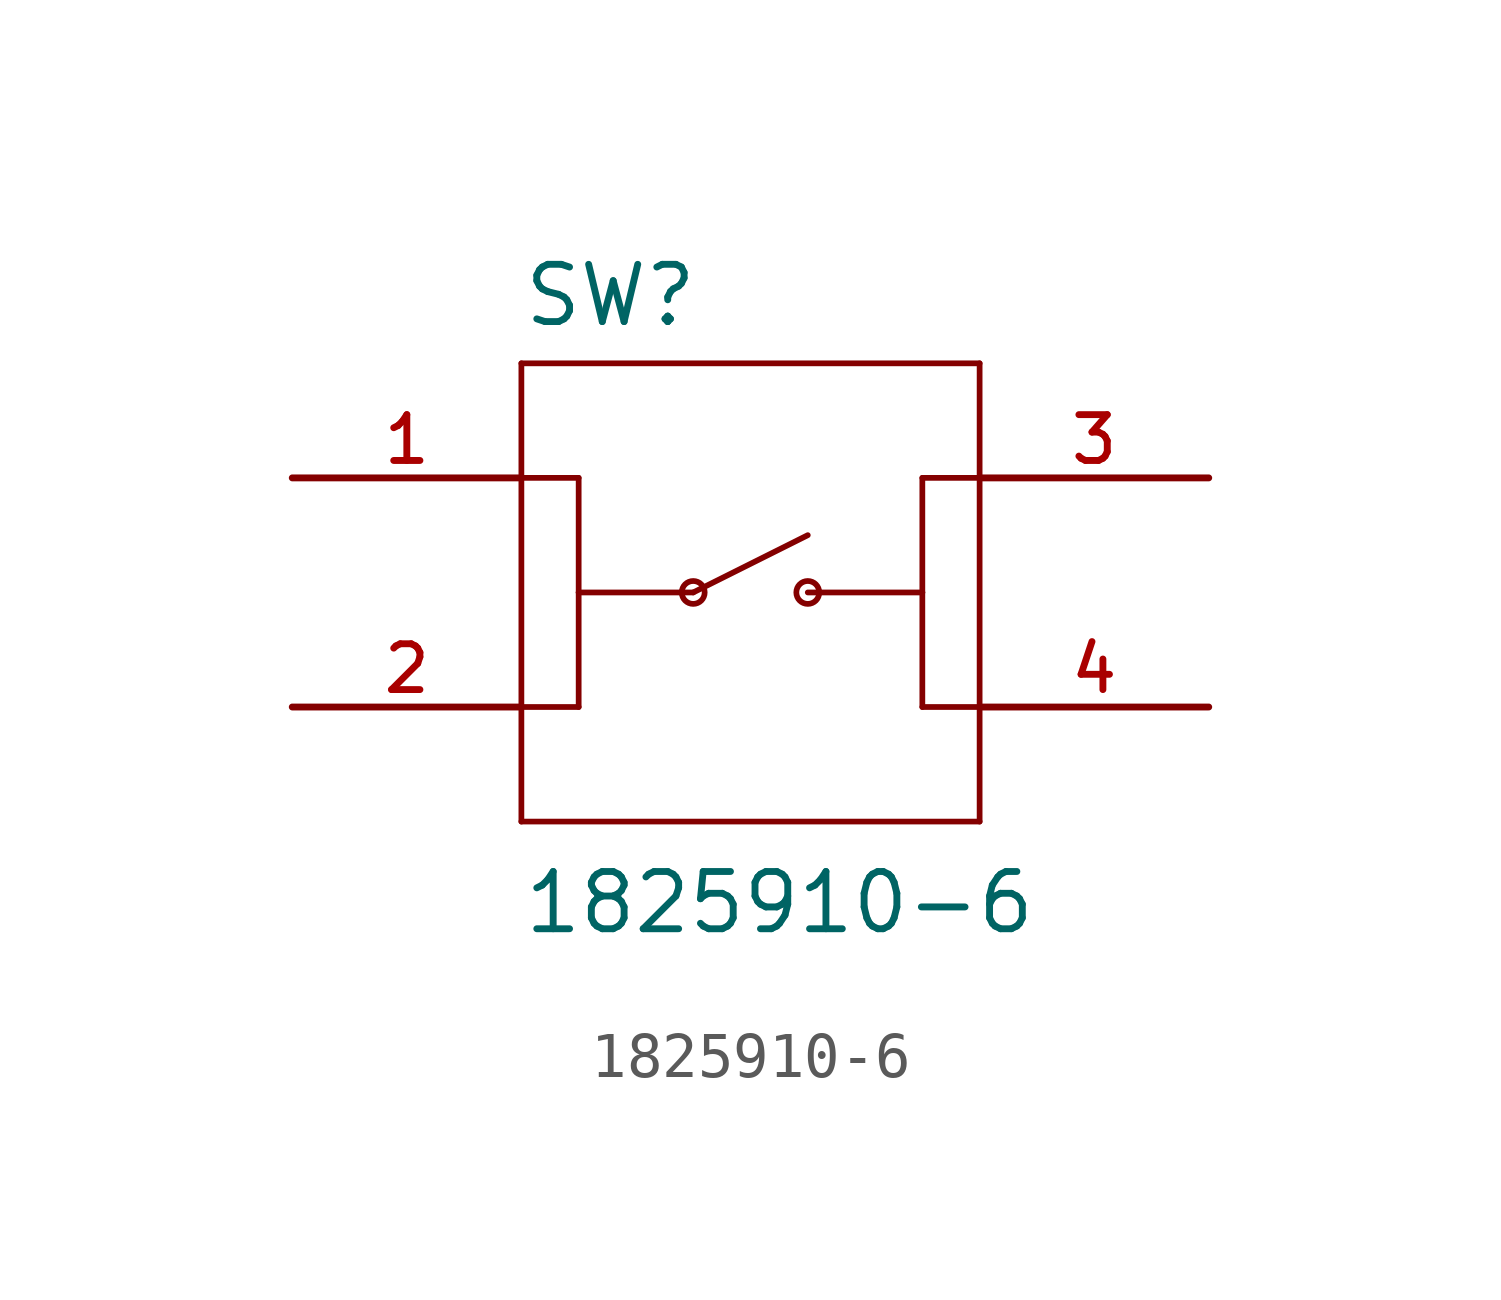
<source format=kicad_sym>
(kicad_symbol_lib
  (version 20211014)
  (generator kicad_symbol_editor)
  (symbol "1825910-6"
    (pin_names
      (offset 1.016) hide)
    (property "Reference" "SW"
      (at -5.08 5.842 0)
      (effects (font (size 1.27 1.27)) (justify left bottom)))
    (property "Value" "1825910-6"
      (at -5.08 -7.62 0)
      (effects (font (size 1.27 1.27)) (justify left bottom)))
    (property "ki_locked" ""
      (at 0 0 0)
      (effects (font (size 1.27 1.27))))
    (symbol "1825910-6_0_0"
      (circle (center -1.27 0) (radius 0.254) (stroke (width 0.127) (type default) (color 0 0 0 0)) (fill (type none)))
      (polyline (pts (xy -5.08 -5.08) (xy 5.08 -5.08)) (stroke (width 0.127) (type default) (color 0 0 0 0)) (fill (type none)))
      (polyline (pts (xy -5.08 -2.54) (xy -5.08 -5.08)) (stroke (width 0.127) (type default) (color 0 0 0 0)) (fill (type none)))
      (polyline (pts (xy -5.08 2.54) (xy -5.08 -2.54)) (stroke (width 0.127) (type default) (color 0 0 0 0)) (fill (type none)))
      (polyline (pts (xy -5.08 2.54) (xy -3.81 2.54)) (stroke (width 0.127) (type default) (color 0 0 0 0)) (fill (type none)))
      (polyline (pts (xy -5.08 5.08) (xy -5.08 2.54)) (stroke (width 0.127) (type default) (color 0 0 0 0)) (fill (type none)))
      (polyline (pts (xy -5.08 5.08) (xy 5.08 5.08)) (stroke (width 0.127) (type default) (color 0 0 0 0)) (fill (type none)))
      (polyline (pts (xy -3.81 -2.54) (xy -5.08 -2.54)) (stroke (width 0.127) (type default) (color 0 0 0 0)) (fill (type none)))
      (polyline (pts (xy -3.81 0) (xy -3.81 -2.54)) (stroke (width 0.127) (type default) (color 0 0 0 0)) (fill (type none)))
      (polyline (pts (xy -3.81 0) (xy -1.27 0)) (stroke (width 0.127) (type default) (color 0 0 0 0)) (fill (type none)))
      (polyline (pts (xy -3.81 2.54) (xy -3.81 0)) (stroke (width 0.127) (type default) (color 0 0 0 0)) (fill (type none)))
      (polyline (pts (xy -1.27 0) (xy 1.27 1.27)) (stroke (width 0.127) (type default) (color 0 0 0 0)) (fill (type none)))
      (polyline (pts (xy 1.27 0) (xy 3.81 0)) (stroke (width 0.127) (type default) (color 0 0 0 0)) (fill (type none)))
      (polyline (pts (xy 3.81 -2.54) (xy 5.08 -2.54)) (stroke (width 0.127) (type default) (color 0 0 0 0)) (fill (type none)))
      (polyline (pts (xy 3.81 0) (xy 3.81 -2.54)) (stroke (width 0.127) (type default) (color 0 0 0 0)) (fill (type none)))
      (polyline (pts (xy 3.81 0) (xy 3.81 2.54)) (stroke (width 0.127) (type default) (color 0 0 0 0)) (fill (type none)))
      (polyline (pts (xy 3.81 2.54) (xy 5.08 2.54)) (stroke (width 0.127) (type default) (color 0 0 0 0)) (fill (type none)))
      (polyline (pts (xy 5.08 -2.54) (xy 5.08 -5.08)) (stroke (width 0.127) (type default) (color 0 0 0 0)) (fill (type none)))
      (polyline (pts (xy 5.08 2.54) (xy 5.08 -2.54)) (stroke (width 0.127) (type default) (color 0 0 0 0)) (fill (type none)))
      (polyline (pts (xy 5.08 5.08) (xy 5.08 2.54)) (stroke (width 0.127) (type default) (color 0 0 0 0)) (fill (type none)))
      (circle (center 1.27 0) (radius 0.254) (stroke (width 0.127) (type default) (color 0 0 0 0)) (fill (type none)))
      (pin passive line (at -10.16 2.54 0) (length 5.08) (name "~" (effects (font (size 1.016 1.016)))) (number "1" (effects (font (size 1.016 1.016)))))
      (pin passive line (at -10.16 -2.54 0) (length 5.08) (name "~" (effects (font (size 1.016 1.016)))) (number "2" (effects (font (size 1.016 1.016)))))
      (pin passive line (at 10.16 2.54 180) (length 5.08) (name "~" (effects (font (size 1.016 1.016)))) (number "3" (effects (font (size 1.016 1.016)))))
      (pin passive line (at 10.16 -2.54 180) (length 5.08) (name "~" (effects (font (size 1.016 1.016)))) (number "4" (effects (font (size 1.016 1.016))))))))
</source>
